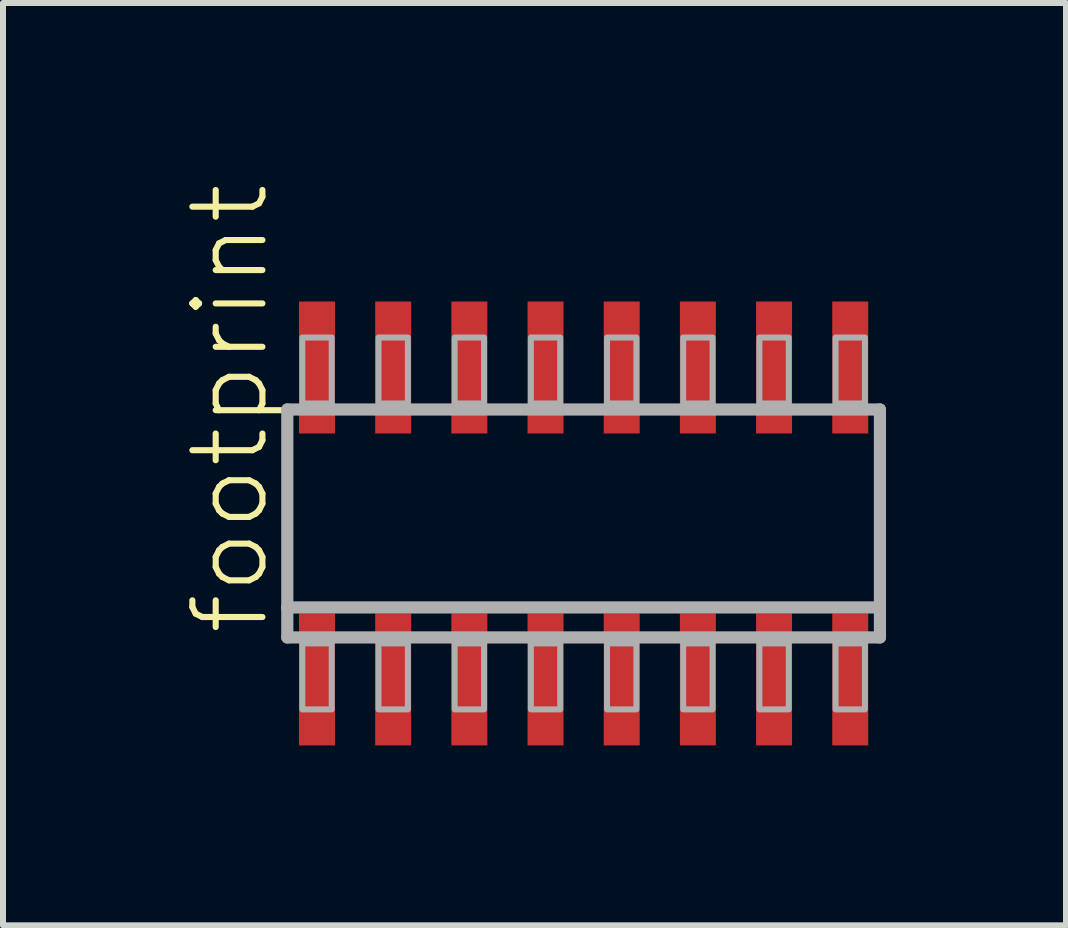
<source format=kicad_pcb>
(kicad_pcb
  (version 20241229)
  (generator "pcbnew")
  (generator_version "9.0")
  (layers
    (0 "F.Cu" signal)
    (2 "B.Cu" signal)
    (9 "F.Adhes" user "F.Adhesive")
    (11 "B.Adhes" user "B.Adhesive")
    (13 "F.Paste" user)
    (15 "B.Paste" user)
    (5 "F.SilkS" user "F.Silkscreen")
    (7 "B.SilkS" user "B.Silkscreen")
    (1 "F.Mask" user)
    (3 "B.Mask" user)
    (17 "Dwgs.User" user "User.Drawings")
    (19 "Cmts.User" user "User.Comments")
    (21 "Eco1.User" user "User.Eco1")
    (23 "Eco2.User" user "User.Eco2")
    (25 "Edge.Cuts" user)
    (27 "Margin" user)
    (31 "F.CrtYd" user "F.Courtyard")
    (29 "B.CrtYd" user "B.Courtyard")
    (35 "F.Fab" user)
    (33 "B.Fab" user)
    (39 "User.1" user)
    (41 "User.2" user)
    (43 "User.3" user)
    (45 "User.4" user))
  (footprint "footprint"
    (layer "F.Cu")
    (at 6.68 5.677)
    (property "Reference" "footprint" (at -5.207 1.905 90) (layer "F.SilkS") (effects (font (size 1.168 1.168) (thickness 0.102)) (justify left bottom)))
    (fp_line (start -4.94 -1.9) (end 4.94 -1.9) (stroke (width 0.203) (type solid)) (layer "F.Fab"))
    (fp_line (start -4.94 1.4) (end -4.94 -1.9) (stroke (width 0.203) (type solid)) (layer "F.Fab"))
    (fp_line (start -4.94 1.9) (end -4.94 1.4) (stroke (width 0.203) (type solid)) (layer "F.Fab"))
    (fp_line (start 4.94 -1.9) (end 4.94 1.4) (stroke (width 0.203) (type solid)) (layer "F.Fab"))
    (fp_line (start 4.94 1.4) (end -4.94 1.4) (stroke (width 0.203) (type solid)) (layer "F.Fab"))
    (fp_line (start 4.94 1.4) (end 4.94 1.9) (stroke (width 0.203) (type solid)) (layer "F.Fab"))
    (fp_line (start 4.94 1.9) (end -4.94 1.9) (stroke (width 0.203) (type solid)) (layer "F.Fab"))
    (fp_poly (pts (xy -4.69 -2) (xy -4.2 -2) (xy -4.2 -3.1) (xy -4.69 -3.1)) (stroke (width 0.1) (type solid)) (fill no) (layer "F.Fab"))
    (fp_poly (pts (xy -4.69 3.1) (xy -4.2 3.1) (xy -4.2 2) (xy -4.69 2)) (stroke (width 0.1) (type solid)) (fill no) (layer "F.Fab"))
    (fp_poly (pts (xy -3.42 -2) (xy -2.93 -2) (xy -2.93 -3.1) (xy -3.42 -3.1)) (stroke (width 0.1) (type solid)) (fill no) (layer "F.Fab"))
    (fp_poly (pts (xy -3.42 3.1) (xy -2.93 3.1) (xy -2.93 2) (xy -3.42 2)) (stroke (width 0.1) (type solid)) (fill no) (layer "F.Fab"))
    (fp_poly (pts (xy -2.15 -2) (xy -1.66 -2) (xy -1.66 -3.1) (xy -2.15 -3.1)) (stroke (width 0.1) (type solid)) (fill no) (layer "F.Fab"))
    (fp_poly (pts (xy -2.15 3.1) (xy -1.66 3.1) (xy -1.66 2) (xy -2.15 2)) (stroke (width 0.1) (type solid)) (fill no) (layer "F.Fab"))
    (fp_poly (pts (xy -0.88 -2) (xy -0.39 -2) (xy -0.39 -3.1) (xy -0.88 -3.1)) (stroke (width 0.1) (type solid)) (fill no) (layer "F.Fab"))
    (fp_poly (pts (xy -0.88 3.1) (xy -0.39 3.1) (xy -0.39 2) (xy -0.88 2)) (stroke (width 0.1) (type solid)) (fill no) (layer "F.Fab"))
    (fp_poly (pts (xy 0.39 -2) (xy 0.88 -2) (xy 0.88 -3.1) (xy 0.39 -3.1)) (stroke (width 0.1) (type solid)) (fill no) (layer "F.Fab"))
    (fp_poly (pts (xy 0.39 3.1) (xy 0.88 3.1) (xy 0.88 2) (xy 0.39 2)) (stroke (width 0.1) (type solid)) (fill no) (layer "F.Fab"))
    (fp_poly (pts (xy 1.66 -2) (xy 2.15 -2) (xy 2.15 -3.1) (xy 1.66 -3.1)) (stroke (width 0.1) (type solid)) (fill no) (layer "F.Fab"))
    (fp_poly (pts (xy 1.66 3.1) (xy 2.15 3.1) (xy 2.15 2) (xy 1.66 2)) (stroke (width 0.1) (type solid)) (fill no) (layer "F.Fab"))
    (fp_poly (pts (xy 2.93 -2) (xy 3.42 -2) (xy 3.42 -3.1) (xy 2.93 -3.1)) (stroke (width 0.1) (type solid)) (fill no) (layer "F.Fab"))
    (fp_poly (pts (xy 2.93 3.1) (xy 3.42 3.1) (xy 3.42 2) (xy 2.93 2)) (stroke (width 0.1) (type solid)) (fill no) (layer "F.Fab"))
    (fp_poly (pts (xy 4.2 -2) (xy 4.69 -2) (xy 4.69 -3.1) (xy 4.2 -3.1)) (stroke (width 0.1) (type solid)) (fill no) (layer "F.Fab"))
    (fp_poly (pts (xy 4.2 3.1) (xy 4.69 3.1) (xy 4.69 2) (xy 4.2 2)) (stroke (width 0.1) (type solid)) (fill no) (layer "F.Fab"))
    (pad "1" smd rect (at -4.445 2.6) (size 0.6 2.2) (layers "F.Cu" "F.Mask" "F.Paste"))
    (pad "2" smd rect (at -3.175 2.6) (size 0.6 2.2) (layers "F.Cu" "F.Mask" "F.Paste"))
    (pad "3" smd rect (at -1.905 2.6) (size 0.6 2.2) (layers "F.Cu" "F.Mask" "F.Paste"))
    (pad "4" smd rect (at -0.635 2.6) (size 0.6 2.2) (layers "F.Cu" "F.Mask" "F.Paste"))
    (pad "5" smd rect (at 0.635 2.6) (size 0.6 2.2) (layers "F.Cu" "F.Mask" "F.Paste"))
    (pad "6" smd rect (at 1.905 2.6) (size 0.6 2.2) (layers "F.Cu" "F.Mask" "F.Paste"))
    (pad "7" smd rect (at 3.175 2.6) (size 0.6 2.2) (layers "F.Cu" "F.Mask" "F.Paste"))
    (pad "8" smd rect (at 4.445 2.6) (size 0.6 2.2) (layers "F.Cu" "F.Mask" "F.Paste"))
    (pad "9" smd rect (at 4.445 -2.6) (size 0.6 2.2) (layers "F.Cu" "F.Mask" "F.Paste"))
    (pad "10" smd rect (at 3.175 -2.6) (size 0.6 2.2) (layers "F.Cu" "F.Mask" "F.Paste"))
    (pad "11" smd rect (at 1.905 -2.6) (size 0.6 2.2) (layers "F.Cu" "F.Mask" "F.Paste"))
    (pad "12" smd rect (at 0.635 -2.6) (size 0.6 2.2) (layers "F.Cu" "F.Mask" "F.Paste"))
    (pad "13" smd rect (at -0.635 -2.6) (size 0.6 2.2) (layers "F.Cu" "F.Mask" "F.Paste"))
    (pad "14" smd rect (at -1.905 -2.6) (size 0.6 2.2) (layers "F.Cu" "F.Mask" "F.Paste"))
    (pad "15" smd rect (at -3.175 -2.6) (size 0.6 2.2) (layers "F.Cu" "F.Mask" "F.Paste"))
    (pad "16" smd rect (at -4.445 -2.6) (size 0.6 2.2) (layers "F.Cu" "F.Mask" "F.Paste")))
  (gr_rect
    (start -3 -3)
    (end 14.722 12.377)
    (stroke (width 0.1) (type default))
    (fill no)
    (layer "Edge.Cuts")))
</source>
